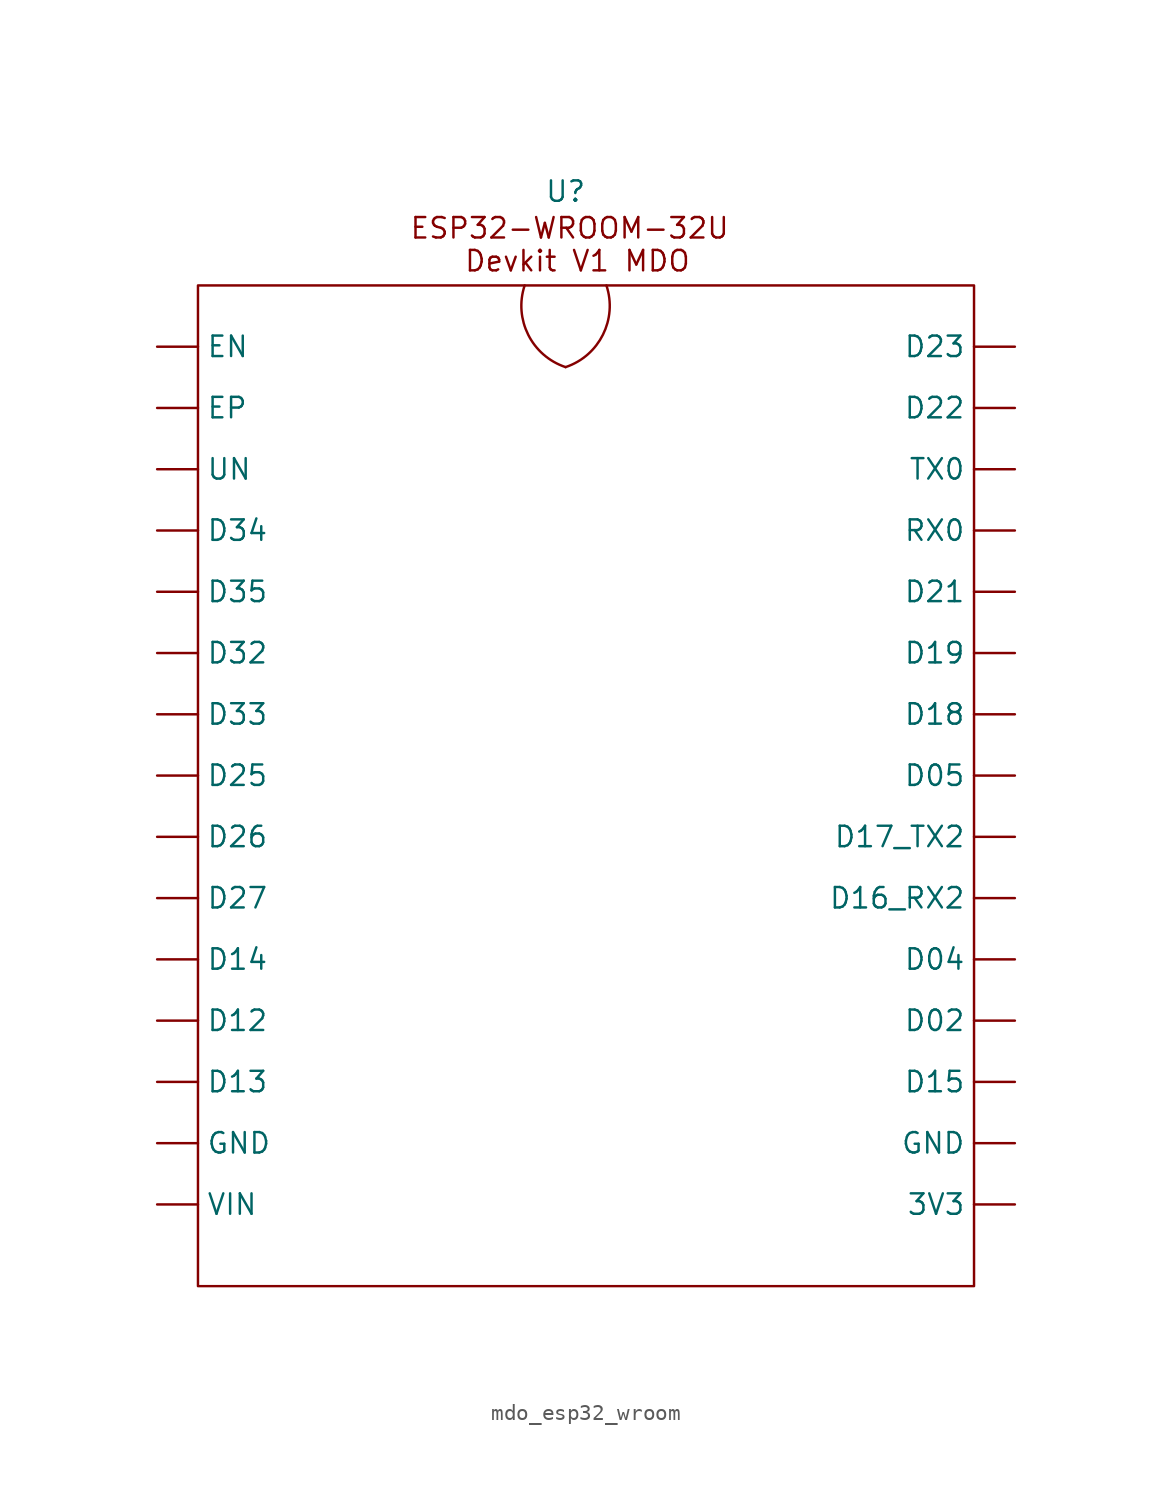
<source format=kicad_sym>
(kicad_symbol_lib
  (version 20231120)
  (generator "kicad_symbol_editor")
  (generator_version "8.0")
  (symbol "mdo_esp32_wroom"
    (property "Reference" "U"
      (at 0 40.132 0)
      (effects (font (size 1.27 1.27))))
    (property "Value" ""
      (at 20.32 11.43 0)
      (effects (font (size 1.27 1.27))))
    (symbol "mdo_esp32_wroom_0_1"
      (rectangle (start -22.86 34.29) (end 25.4 -27.94) (stroke (width 0) (type default)) (fill (type none))))
    (symbol "mdo_esp32_wroom_1_1"
      (arc (start -2.54 34.29) (mid -2.322 31.224) (end 0 29.21) (stroke (width 0) (type default)) (fill (type none)))
      (arc (start 0 29.21) (mid 2.3221 31.2239) (end 2.54 34.29) (stroke (width 0) (type default)) (fill (type none)))
      (text "ESP32-WROOM-32U\n Devkit V1 MDO" (at 0.254 36.83 0) (effects (font (size 1.27 1.27))))
      (pin power_out line (at 27.94 -22.86 180) (length 2.54) (name "3V3" (effects (font (size 1.27 1.27)))) (number "" (effects (font (size 1.27 1.27)))))
      (pin output line (at 27.94 -11.43 180) (length 2.54) (name "D02" (effects (font (size 1.27 1.27)))) (number "" (effects (font (size 1.27 1.27)))))
      (pin output line (at 27.94 -7.62 180) (length 2.54) (name "D04" (effects (font (size 1.27 1.27)))) (number "" (effects (font (size 1.27 1.27)))))
      (pin input line (at 27.94 3.81 180) (length 2.54) (name "D05" (effects (font (size 1.27 1.27)))) (number "" (effects (font (size 1.27 1.27)))))
      (pin output line (at -25.4 -11.43 0) (length 2.54) (name "D12" (effects (font (size 1.27 1.27)))) (number "" (effects (font (size 1.27 1.27)))))
      (pin output line (at -25.4 -15.24 0) (length 2.54) (name "D13" (effects (font (size 1.27 1.27)))) (number "" (effects (font (size 1.27 1.27)))))
      (pin output line (at -25.4 -7.62 0) (length 2.54) (name "D14" (effects (font (size 1.27 1.27)))) (number "" (effects (font (size 1.27 1.27)))))
      (pin output line (at 27.94 -15.24 180) (length 2.54) (name "D15" (effects (font (size 1.27 1.27)))) (number "" (effects (font (size 1.27 1.27)))))
      (pin input line (at 27.94 -3.81 180) (length 2.54) (name "D16_RX2" (effects (font (size 1.27 1.27)))) (number "" (effects (font (size 1.27 1.27)))))
      (pin output line (at 27.94 0 180) (length 2.54) (name "D17_TX2" (effects (font (size 1.27 1.27)))) (number "" (effects (font (size 1.27 1.27)))))
      (pin output line (at 27.94 7.62 180) (length 2.54) (name "D18" (effects (font (size 1.27 1.27)))) (number "" (effects (font (size 1.27 1.27)))))
      (pin output line (at 27.94 11.43 180) (length 2.54) (name "D19" (effects (font (size 1.27 1.27)))) (number "" (effects (font (size 1.27 1.27)))))
      (pin output line (at 27.94 15.24 180) (length 2.54) (name "D21" (effects (font (size 1.27 1.27)))) (number "" (effects (font (size 1.27 1.27)))))
      (pin input line (at 27.94 26.67 180) (length 2.54) (name "D22" (effects (font (size 1.27 1.27)))) (number "" (effects (font (size 1.27 1.27)))))
      (pin input line (at 27.94 30.48 180) (length 2.54) (name "D23" (effects (font (size 1.27 1.27)))) (number "" (effects (font (size 1.27 1.27)))))
      (pin output line (at -25.4 3.81 0) (length 2.54) (name "D25" (effects (font (size 1.27 1.27)))) (number "" (effects (font (size 1.27 1.27)))))
      (pin output line (at -25.4 0 0) (length 2.54) (name "D26" (effects (font (size 1.27 1.27)))) (number "" (effects (font (size 1.27 1.27)))))
      (pin output line (at -25.4 -3.81 0) (length 2.54) (name "D27" (effects (font (size 1.27 1.27)))) (number "" (effects (font (size 1.27 1.27)))))
      (pin output line (at -25.4 11.43 0) (length 2.54) (name "D32" (effects (font (size 1.27 1.27)))) (number "" (effects (font (size 1.27 1.27)))))
      (pin output line (at -25.4 7.62 0) (length 2.54) (name "D33" (effects (font (size 1.27 1.27)))) (number "" (effects (font (size 1.27 1.27)))))
      (pin output line (at -25.4 19.05 0) (length 2.54) (name "D34" (effects (font (size 1.27 1.27)))) (number "" (effects (font (size 1.27 1.27)))))
      (pin output line (at -25.4 15.24 0) (length 2.54) (name "D35" (effects (font (size 1.27 1.27)))) (number "" (effects (font (size 1.27 1.27)))))
      (pin input line (at -25.4 30.48 0) (length 2.54) (name "EN" (effects (font (size 1.27 1.27)))) (number "" (effects (font (size 1.27 1.27)))))
      (pin input line (at -25.4 26.67 0) (length 2.54) (name "EP" (effects (font (size 1.27 1.27)))) (number "" (effects (font (size 1.27 1.27)))))
      (pin power_in line (at -25.4 -19.05 0) (length 2.54) (name "GND" (effects (font (size 1.27 1.27)))) (number "" (effects (font (size 1.27 1.27)))))
      (pin power_in line (at 27.94 -19.05 180) (length 2.54) (name "GND" (effects (font (size 1.27 1.27)))) (number "" (effects (font (size 1.27 1.27)))))
      (pin output line (at 27.94 19.05 180) (length 2.54) (name "RX0" (effects (font (size 1.27 1.27)))) (number "" (effects (font (size 1.27 1.27)))))
      (pin output line (at 27.94 22.86 180) (length 2.54) (name "TX0" (effects (font (size 1.27 1.27)))) (number "" (effects (font (size 1.27 1.27)))))
      (pin input line (at -25.4 22.86 0) (length 2.54) (name "UN" (effects (font (size 1.27 1.27)))) (number "" (effects (font (size 1.27 1.27)))))
      (pin power_in line (at -25.4 -22.86 0) (length 2.54) (name "VIN" (effects (font (size 1.27 1.27)))) (number "" (effects (font (size 1.27 1.27))))))))
</source>
